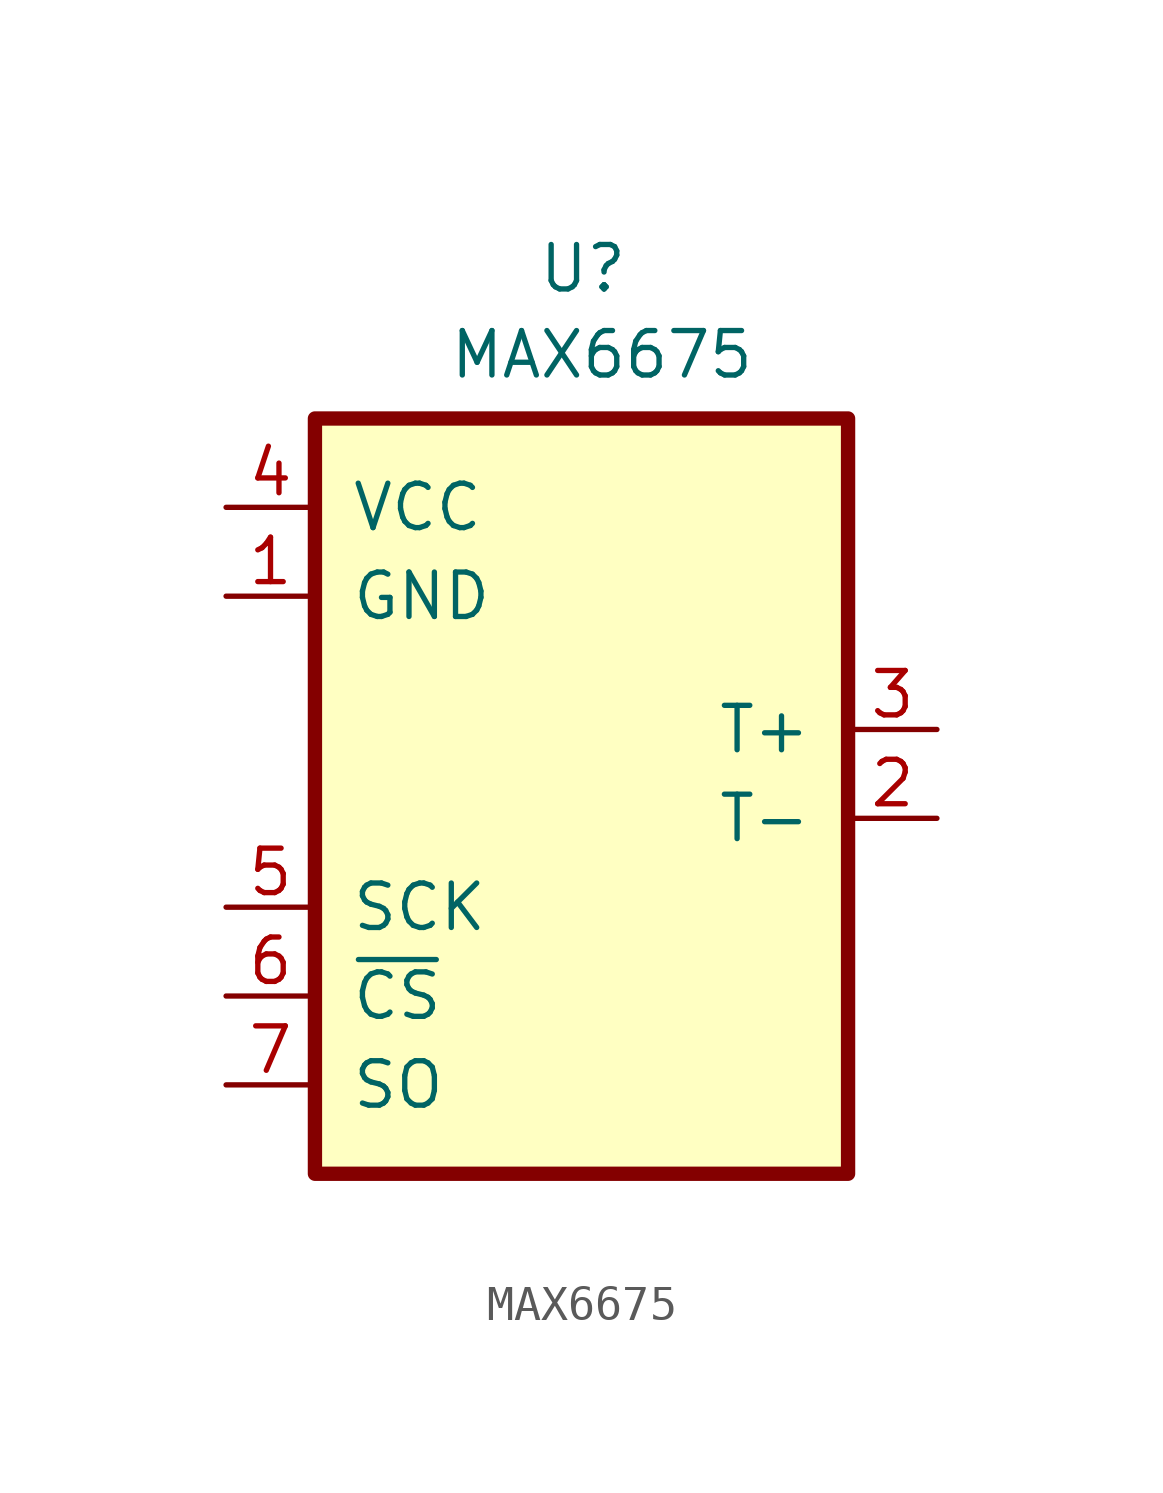
<source format=kicad_sym>
(kicad_symbol_lib
  (version 20220914)
  (generator kicad_symbol_editor)
  (symbol "MAX6675"
    (pin_names
      (offset 1.016))
    (property "Reference" "U"
      (at -1.27 13.7 0)
      (effects (font (size 1.27 1.27)) (justify left bottom)))
    (property "Value" "MAX6675"
      (at -3.81 11.24 0)
      (effects (font (size 1.27 1.27)) (justify left bottom)))
    (symbol "MAX6675_0_0"
      (rectangle (start -7.62 10.16) (end 7.62 -11.43) (stroke (width 0.41) (type default)) (fill (type background))))
    (symbol "MAX6675_1_0"
      (pin power_in line (at -10.16 5.08 0) (length 2.54) (name "GND" (effects (font (size 1.27 1.27)))) (number "1" (effects (font (size 1.27 1.27)))))
      (pin input line (at 10.16 -1.27 180) (length 2.54) (name "T-" (effects (font (size 1.27 1.27)))) (number "2" (effects (font (size 1.27 1.27)))))
      (pin input line (at 10.16 1.27 180) (length 2.54) (name "T+" (effects (font (size 1.27 1.27)))) (number "3" (effects (font (size 1.27 1.27)))))
      (pin power_in line (at -10.16 7.62 0) (length 2.54) (name "VCC" (effects (font (size 1.27 1.27)))) (number "4" (effects (font (size 1.27 1.27)))))
      (pin input line (at -10.16 -3.81 0) (length 2.54) (name "SCK" (effects (font (size 1.27 1.27)))) (number "5" (effects (font (size 1.27 1.27)))))
      (pin input line (at -10.16 -6.35 0) (length 2.54) (name "~{CS}" (effects (font (size 1.27 1.27)))) (number "6" (effects (font (size 1.27 1.27)))))
      (pin output line (at -10.16 -8.89 0) (length 2.54) (name "SO" (effects (font (size 1.27 1.27)))) (number "7" (effects (font (size 1.27 1.27)))))
      (pin no_connect non_logic (at 10.16 -7.62 180) (length 2.54) hide (name "N.C." (effects (font (size 1.27 1.27)))) (number "8" (effects (font (size 1.27 1.27))))))))
</source>
